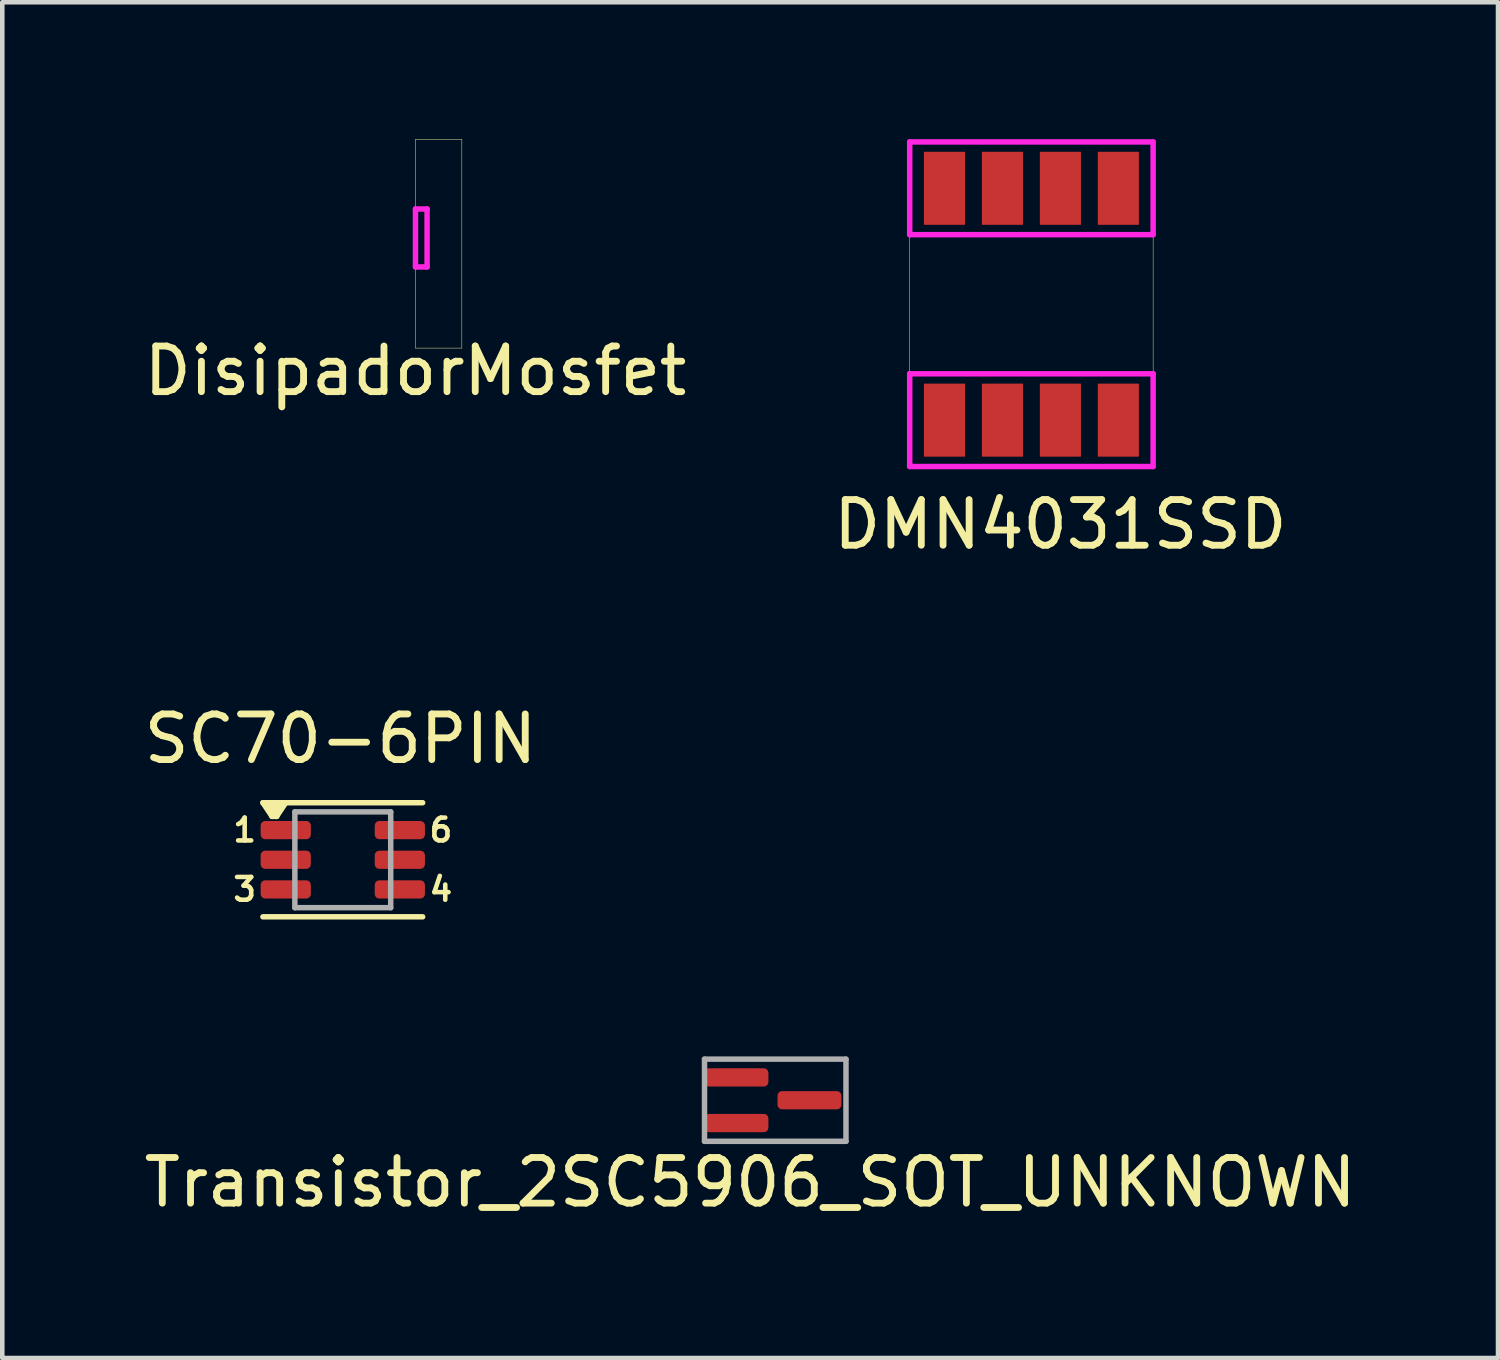
<source format=kicad_pcb>
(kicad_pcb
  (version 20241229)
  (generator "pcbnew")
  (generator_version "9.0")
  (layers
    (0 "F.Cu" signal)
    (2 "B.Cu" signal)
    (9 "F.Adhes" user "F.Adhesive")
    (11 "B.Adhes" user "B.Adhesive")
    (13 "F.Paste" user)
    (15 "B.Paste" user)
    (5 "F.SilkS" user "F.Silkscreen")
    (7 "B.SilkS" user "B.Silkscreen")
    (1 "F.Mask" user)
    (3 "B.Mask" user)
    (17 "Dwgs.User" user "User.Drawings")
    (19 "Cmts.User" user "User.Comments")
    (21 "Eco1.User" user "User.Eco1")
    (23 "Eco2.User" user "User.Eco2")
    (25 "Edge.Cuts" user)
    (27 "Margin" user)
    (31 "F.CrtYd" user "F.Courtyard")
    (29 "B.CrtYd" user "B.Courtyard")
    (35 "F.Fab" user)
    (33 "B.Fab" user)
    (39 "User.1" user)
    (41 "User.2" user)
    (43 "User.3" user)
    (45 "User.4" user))
  (footprint "Transistor_2SC5906_SOT_UNKNOWN"
    (layer "F.Cu")
    (at 13.487 20.558)
    (property "Reference" "Transistor_2SC5906_SOT_UNKNOWN" (at -0.1 2.3 0) (layer "F.SilkS") (effects (font (size 1 1) (thickness 0.15))))
    (attr through_hole)
    (fp_line (start 0 -0.3) (end 0 1.3) (stroke (width 0.12) (type solid)) (layer "Eco2.User"))
    (fp_line (start 0 1.3) (end 0.8 1.3) (stroke (width 0.12) (type solid)) (layer "Eco2.User"))
    (fp_line (start 0.8 -0.3) (end 0 -0.3) (stroke (width 0.12) (type solid)) (layer "Eco2.User"))
    (fp_line (start 0.8 1.3) (end 0.8 -0.3) (stroke (width 0.12) (type solid)) (layer "Eco2.User"))
    (fp_line (start -1.1 -0.4) (end 2 -0.4) (stroke (width 0.12) (type solid)) (layer "F.Fab"))
    (fp_line (start -1.1 1.4) (end -1.1 -0.4) (stroke (width 0.12) (type solid)) (layer "F.Fab"))
    (fp_line (start 2 -0.4) (end 2 1.4) (stroke (width 0.12) (type solid)) (layer "F.Fab"))
    (fp_line (start 2 1.4) (end -1.1 1.4) (stroke (width 0.12) (type solid)) (layer "F.Fab"))
    (pad "1" smd roundrect (at 0 0) (size 1.4 0.4) (drill (offset -0.4 0)) (layers "F.Cu" "F.Mask" "F.Paste") (roundrect_rratio 0.25))
    (pad "2" smd roundrect (at 0 1) (size 1.4 0.4) (drill (offset -0.4 0)) (layers "F.Cu" "F.Mask" "F.Paste") (roundrect_rratio 0.25))
    (pad "3" smd roundrect (at 1.6 0.5) (size 1.4 0.4) (drill (offset -0.4 0)) (layers "F.Cu" "F.Mask" "F.Paste") (roundrect_rratio 0.25)))
  (footprint "SC70-6PIN"
    (layer "F.Cu")
    (at 4.411 15.739)
    (property "Reference" "SC70-6PIN" (at 0 -2.6 0) (layer "F.SilkS") (effects (font (size 1 1) (thickness 0.15))))
    (attr through_hole)
    (fp_line (start -1.7 -1.2) (end -1.5 -0.9) (stroke (width 0.12) (type solid)) (layer "F.SilkS"))
    (fp_line (start -1.6 -1.2) (end -1.7 -1.2) (stroke (width 0.12) (type solid)) (layer "F.SilkS"))
    (fp_line (start -1.6 -1.2) (end -1.4 -0.9) (stroke (width 0.12) (type solid)) (layer "F.SilkS"))
    (fp_line (start -1.5 -1.1) (end -1.4 -1) (stroke (width 0.12) (type solid)) (layer "F.SilkS"))
    (fp_line (start -1.5 -0.9) (end -1.4 -0.9) (stroke (width 0.12) (type solid)) (layer "F.SilkS"))
    (fp_line (start -1.4 -1.1) (end -1.3 -1.1) (stroke (width 0.12) (type solid)) (layer "F.SilkS"))
    (fp_line (start -1.4 -0.9) (end -1.2 -1.2) (stroke (width 0.12) (type solid)) (layer "F.SilkS"))
    (fp_line (start -1.3 -1.1) (end -1.5 -1.1) (stroke (width 0.12) (type solid)) (layer "F.SilkS"))
    (fp_line (start -1.2 -1.2) (end -1.5 -1.2) (stroke (width 0.12) (type solid)) (layer "F.SilkS"))
    (fp_line (start 1.8 -1.2) (end -1.6 -1.2) (stroke (width 0.12) (type solid)) (layer "F.SilkS"))
    (fp_line (start 1.8 1.3) (end -1.7 1.3) (stroke (width 0.12) (type solid)) (layer "F.SilkS"))
    (fp_line (start -1 -1) (end 1.1 -1) (stroke (width 0.12) (type solid)) (layer "F.Fab"))
    (fp_line (start -1 1.1) (end -1 -1) (stroke (width 0.12) (type solid)) (layer "F.Fab"))
    (fp_line (start 1.1 -1) (end 1.1 1.1) (stroke (width 0.12) (type solid)) (layer "F.Fab"))
    (fp_line (start 1.1 1.1) (end -1 1.1) (stroke (width 0.12) (type solid)) (layer "F.Fab"))
    (fp_text user "1" (at -2.1 -0.6 0) (layer "F.SilkS") (effects (font (size 0.5 0.5) (thickness 0.1))))
    (fp_text user "6" (at 2.2 -0.6 0) (layer "F.SilkS") (effects (font (size 0.5 0.5) (thickness 0.1))))
    (fp_text user "4" (at 2.2 0.7 0) (layer "F.SilkS") (effects (font (size 0.5 0.5) (thickness 0.1))))
    (fp_text user "3" (at -2.1 0.7 0) (layer "F.SilkS") (effects (font (size 0.5 0.5) (thickness 0.1))))
    (pad "1" smd roundrect (at -1.2 -0.6) (size 1.1 0.4) (layers "F.Cu" "F.Mask" "F.Paste") (roundrect_rratio 0.25))
    (pad "2" smd roundrect (at -1.2 0.05) (size 1.1 0.4) (layers "F.Cu" "F.Mask" "F.Paste") (roundrect_rratio 0.25))
    (pad "3" smd roundrect (at -1.2 0.7) (size 1.1 0.4) (layers "F.Cu" "F.Mask" "F.Paste") (roundrect_rratio 0.25))
    (pad "4" smd roundrect (at 1.3 0.7) (size 1.1 0.4) (layers "F.Cu" "F.Mask" "F.Paste") (roundrect_rratio 0.25))
    (pad "5" smd roundrect (at 1.3 0.05) (size 1.1 0.4) (layers "F.Cu" "F.Mask" "F.Paste") (roundrect_rratio 0.25))
    (pad "6" smd roundrect (at 1.3 -0.6) (size 1.1 0.4) (layers "F.Cu" "F.Mask" "F.Paste") (roundrect_rratio 0.25)))
  (footprint "DMN4031SSD"
    (layer "F.Cu")
    (at 17.645 6.918)
    (property "Reference" "DMN4031SSD" (at 2.54 1.524 0) (layer "F.SilkS") (effects (font (size 1 1) (thickness 0.15))))
    (attr through_hole)
    (fp_line (start -0.762 -6.858) (end 4.572 -6.858) (stroke (width 0.01) (type solid)) (layer "F.SilkS"))
    (fp_line (start -0.762 0.254) (end -0.762 -6.858) (stroke (width 0.01) (type solid)) (layer "F.SilkS"))
    (fp_line (start 4.572 -6.858) (end 4.572 0.254) (stroke (width 0.01) (type solid)) (layer "F.SilkS"))
    (fp_line (start 4.572 0.254) (end -0.762 0.254) (stroke (width 0.01) (type solid)) (layer "F.SilkS"))
    (fp_line (start -0.762 -6.858) (end -0.762 -4.826) (stroke (width 0.12) (type solid)) (layer "F.CrtYd"))
    (fp_line (start -0.762 -4.826) (end 4.572 -4.826) (stroke (width 0.12) (type solid)) (layer "F.CrtYd"))
    (fp_line (start -0.762 -1.778) (end -0.762 0.254) (stroke (width 0.12) (type solid)) (layer "F.CrtYd"))
    (fp_line (start -0.762 0.254) (end 4.572 0.254) (stroke (width 0.12) (type solid)) (layer "F.CrtYd"))
    (fp_line (start 4.572 -6.858) (end -0.762 -6.858) (stroke (width 0.12) (type solid)) (layer "F.CrtYd"))
    (fp_line (start 4.572 -4.826) (end 4.572 -6.858) (stroke (width 0.12) (type solid)) (layer "F.CrtYd"))
    (fp_line (start 4.572 -1.778) (end -0.762 -1.778) (stroke (width 0.12) (type solid)) (layer "F.CrtYd"))
    (fp_line (start 4.572 0.254) (end 4.572 -1.778) (stroke (width 0.12) (type solid)) (layer "F.CrtYd"))
    (pad "1" smd rect (at 0 -0.762) (size 0.9 1.6) (layers "F.Cu" "F.Mask" "F.Paste"))
    (pad "2" smd rect (at 1.27 -0.762) (size 0.9 1.6) (layers "F.Cu" "F.Mask" "F.Paste"))
    (pad "3" smd rect (at 2.54 -0.762) (size 0.9 1.6) (layers "F.Cu" "F.Mask" "F.Paste"))
    (pad "4" smd rect (at 3.81 -0.762) (size 0.9 1.6) (layers "F.Cu" "F.Mask" "F.Paste"))
    (pad "5" smd rect (at 0 -5.842) (size 0.9 1.6) (layers "F.Cu" "F.Mask" "F.Paste"))
    (pad "6" smd rect (at 1.27 -5.842) (size 0.9 1.6) (layers "F.Cu" "F.Mask" "F.Paste"))
    (pad "7" smd rect (at 2.54 -5.842) (size 0.9 1.6) (layers "F.Cu" "F.Mask" "F.Paste"))
    (pad "8" smd rect (at 3.81 -5.842) (size 0.9 1.6) (layers "F.Cu" "F.Mask" "F.Paste")))
  (footprint "DisipadorMosfet"
    (layer "F.Cu")
    (at 6.054 4.577)
    (property "Reference" "DisipadorMosfet" (at 0 0.5 0) (layer "F.SilkS") (effects (font (size 1 1) (thickness 0.15))))
    (attr through_hole)
    (fp_line (start 0 -4.572) (end 1.016 -4.572) (stroke (width 0.01) (type solid)) (layer "F.SilkS"))
    (fp_line (start 0 0) (end 0 -4.572) (stroke (width 0.01) (type solid)) (layer "F.SilkS"))
    (fp_line (start 1.016 -4.572) (end 1.016 0) (stroke (width 0.01) (type solid)) (layer "F.SilkS"))
    (fp_line (start 1.016 0) (end 0 0) (stroke (width 0.01) (type solid)) (layer "F.SilkS"))
    (fp_line (start 0 -3.048) (end 0.254 -3.048) (stroke (width 0.12) (type solid)) (layer "F.CrtYd"))
    (fp_line (start 0 -1.778) (end 0 -3.048) (stroke (width 0.12) (type solid)) (layer "F.CrtYd"))
    (fp_line (start 0.254 -3.048) (end 0.254 -1.778) (stroke (width 0.12) (type solid)) (layer "F.CrtYd"))
    (fp_line (start 0.254 -1.778) (end 0 -1.778) (stroke (width 0.12) (type solid)) (layer "F.CrtYd")))
  (gr_rect
    (start -3 -3)
    (end 29.774 26.707)
    (stroke (width 0.1) (type default))
    (fill no)
    (layer "Edge.Cuts")))
</source>
